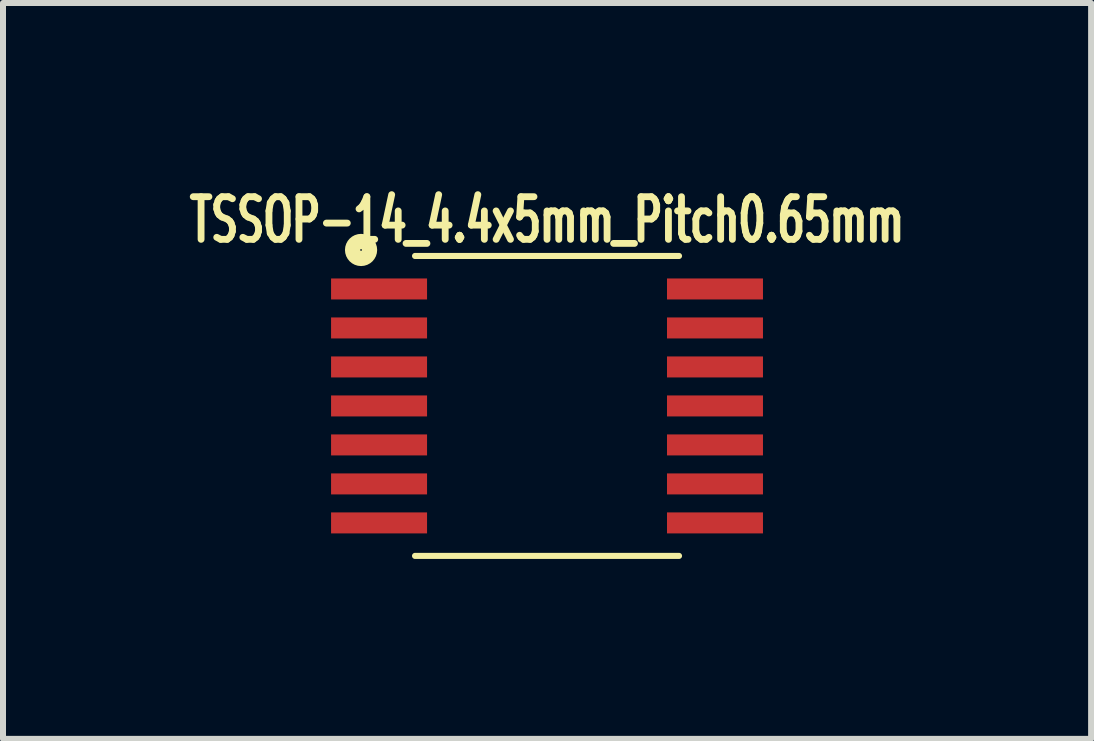
<source format=kicad_pcb>
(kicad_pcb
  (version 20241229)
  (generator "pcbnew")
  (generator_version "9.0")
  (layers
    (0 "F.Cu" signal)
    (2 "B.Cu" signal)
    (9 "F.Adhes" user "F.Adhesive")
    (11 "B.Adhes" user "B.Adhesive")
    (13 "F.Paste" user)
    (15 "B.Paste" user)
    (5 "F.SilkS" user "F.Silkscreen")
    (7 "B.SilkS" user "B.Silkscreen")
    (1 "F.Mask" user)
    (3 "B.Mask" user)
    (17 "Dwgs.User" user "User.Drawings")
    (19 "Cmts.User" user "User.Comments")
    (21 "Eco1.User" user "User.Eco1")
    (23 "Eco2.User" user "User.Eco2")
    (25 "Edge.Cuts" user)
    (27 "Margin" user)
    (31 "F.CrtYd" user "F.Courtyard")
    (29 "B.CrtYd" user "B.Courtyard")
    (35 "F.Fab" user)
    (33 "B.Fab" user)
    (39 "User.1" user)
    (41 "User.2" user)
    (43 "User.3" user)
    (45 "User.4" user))
  (footprint "TSSOP-14_4.4x5mm_Pitch0.65mm"
    (layer "F.Cu")
    (at 6.069 3.717)
    (property "Reference" "TSSOP-14_4.4x5mm_Pitch0.65mm" (at 0 -3.1 0) (layer "F.SilkS") (effects (font (size 0.711 0.457) (thickness 0.114))))
    (attr smd)
    (fp_line (start -2.2 -2.5) (end 2.2 -2.5) (stroke (width 0.102) (type solid)) (layer "F.SilkS"))
    (fp_line (start -2.2 2.5) (end 2.2 2.5) (stroke (width 0.102) (type solid)) (layer "F.SilkS"))
    (fp_circle (center -3.1 -2.6) (end -3 -2.7) (stroke (width 0.254) (type solid)) (fill no) (layer "F.SilkS"))
    (pad "1" smd rect (at -2.8 -1.95) (size 1.6 0.35) (layers "F.Cu" "F.Mask" "F.Paste"))
    (pad "2" smd rect (at -2.8 -1.3) (size 1.6 0.35) (layers "F.Cu" "F.Mask" "F.Paste"))
    (pad "3" smd rect (at -2.8 -0.65) (size 1.6 0.35) (layers "F.Cu" "F.Mask" "F.Paste"))
    (pad "4" smd rect (at -2.8 0) (size 1.6 0.35) (layers "F.Cu" "F.Mask" "F.Paste"))
    (pad "5" smd rect (at -2.8 0.65) (size 1.6 0.35) (layers "F.Cu" "F.Mask" "F.Paste"))
    (pad "6" smd rect (at -2.8 1.3) (size 1.6 0.35) (layers "F.Cu" "F.Mask" "F.Paste"))
    (pad "7" smd rect (at -2.8 1.95) (size 1.6 0.35) (layers "F.Cu" "F.Mask" "F.Paste"))
    (pad "8" smd rect (at 2.8 1.95) (size 1.6 0.35) (layers "F.Cu" "F.Mask" "F.Paste"))
    (pad "9" smd rect (at 2.8 1.3) (size 1.6 0.35) (layers "F.Cu" "F.Mask" "F.Paste"))
    (pad "10" smd rect (at 2.8 0.65) (size 1.6 0.35) (layers "F.Cu" "F.Mask" "F.Paste"))
    (pad "11" smd rect (at 2.8 0) (size 1.6 0.35) (layers "F.Cu" "F.Mask" "F.Paste"))
    (pad "12" smd rect (at 2.8 -0.65) (size 1.6 0.35) (layers "F.Cu" "F.Mask" "F.Paste"))
    (pad "13" smd rect (at 2.8 -1.3) (size 1.6 0.35) (layers "F.Cu" "F.Mask" "F.Paste"))
    (pad "14" smd rect (at 2.8 -1.95) (size 1.6 0.35) (layers "F.Cu" "F.Mask" "F.Paste")))
  (gr_rect
    (start -3 -3)
    (end 15.139 9.267)
    (stroke (width 0.1) (type default))
    (fill no)
    (layer "Edge.Cuts")))
</source>
